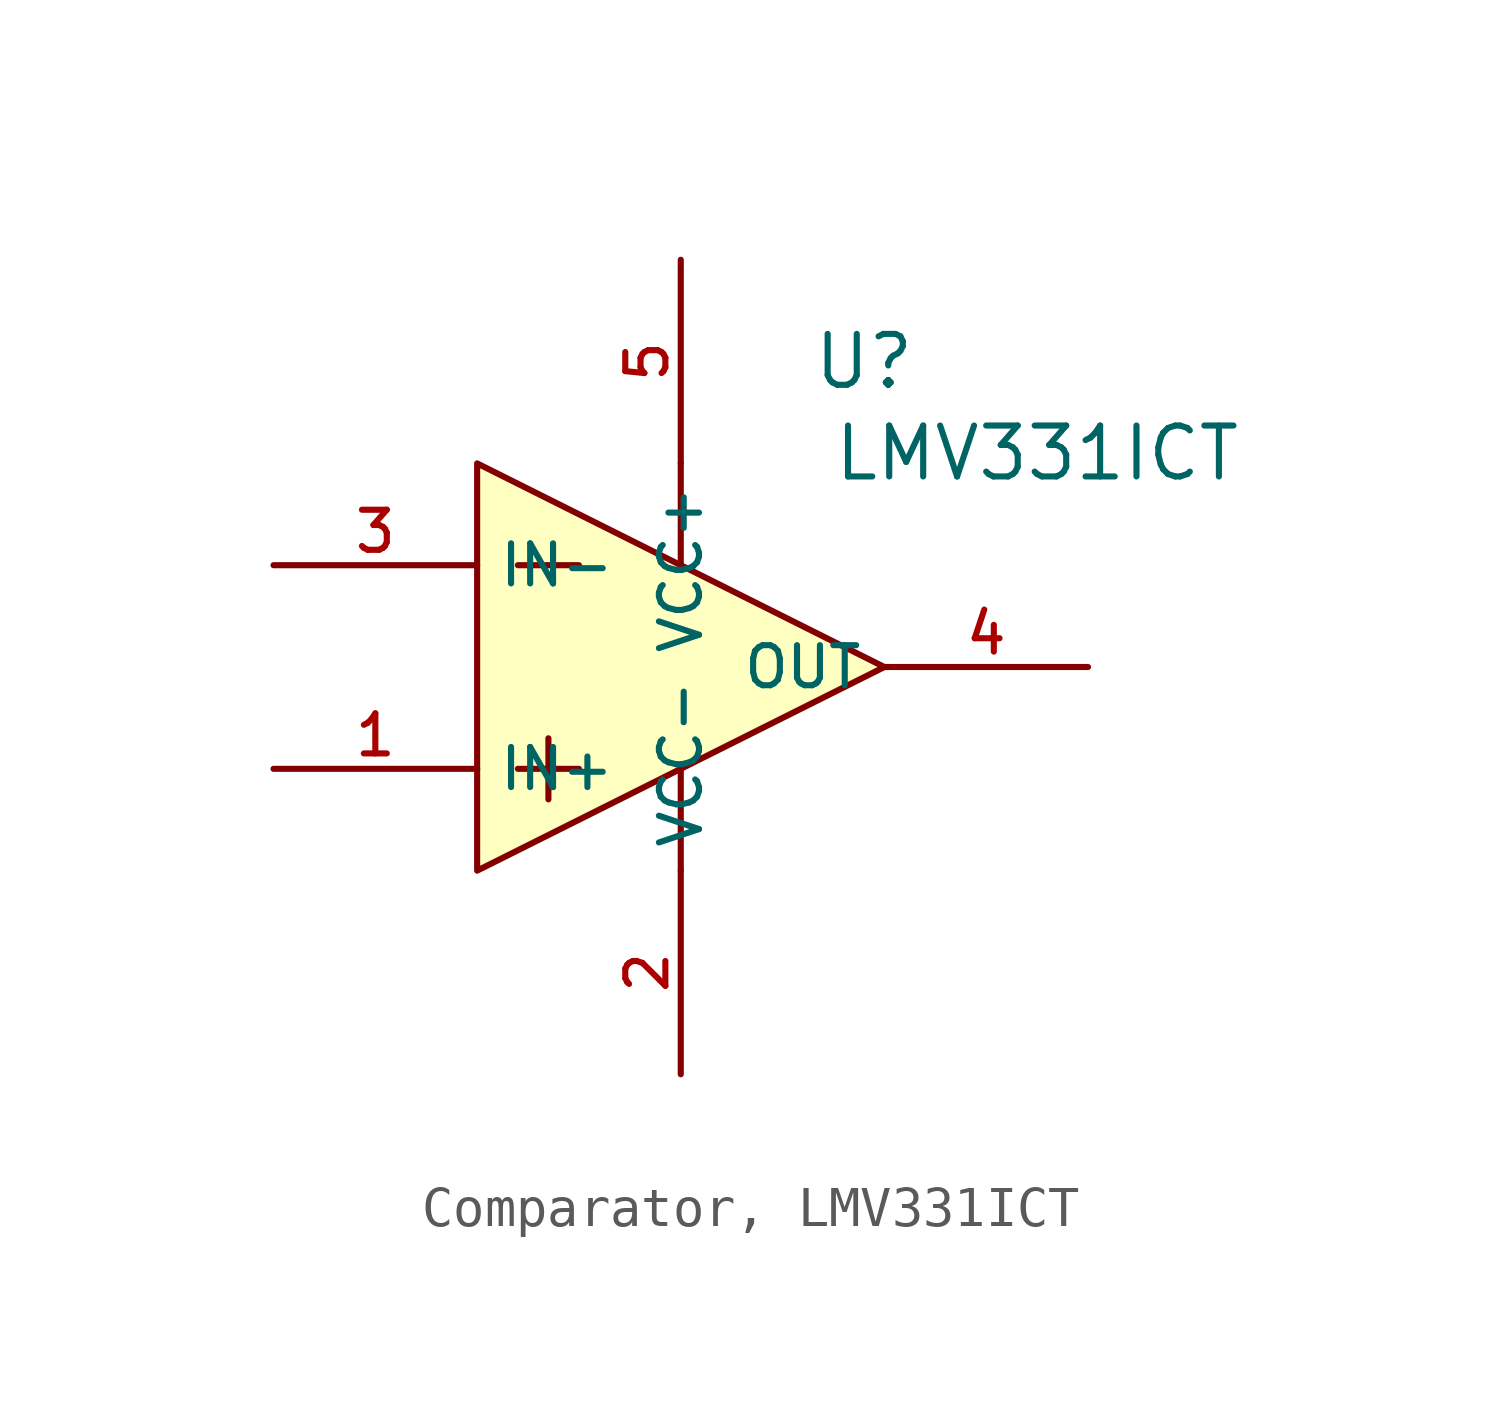
<source format=kicad_sym>
(kicad_symbol_lib
  (version 20231120)
  (generator "CDFER_Archive_Tool")
  (generator_version "0.0")
  (symbol "Comparator, LMV331ICT"
    (property "Reference" "U"
      (at 4.572 7.62 0)
      (effects (font (size 1.27 1.27))))
    (property "Value" "LMV331ICT"
      (at 8.89 5.334 0)
      (effects (font (size 1.27 1.27))))
    (symbol "Comparator, LMV331ICT_0_1"
      (polyline (pts (xy -4.064 -2.54) (xy -2.54 -2.54)) (stroke (width 0) (type default)) (fill (type none)))
      (polyline (pts (xy -4.064 2.54) (xy -2.54 2.54)) (stroke (width 0) (type default)) (fill (type none)))
      (polyline (pts (xy -3.302 -1.778) (xy -3.302 -3.302)) (stroke (width 0) (type default)) (fill (type none)))
      (polyline (pts (xy 0 -2.54) (xy 0 -5.08)) (stroke (width 0) (type default)) (fill (type none)))
      (polyline (pts (xy 0 5.08) (xy 0 2.54)) (stroke (width 0) (type default)) (fill (type none)))
      (pin unspecified line (at -10.16 -2.54 0) (length 5.08) (name "IN+" (effects (font (size 1 1)))) (number "1" (effects (font (size 1 1)))))
      (pin power_in line (at 0 -10.16 90) (length 5.08) (name "VCC-" (effects (font (size 1 1)))) (number "2" (effects (font (size 1 1)))))
      (pin unspecified line (at -10.16 2.54 0) (length 5.08) (name "IN-" (effects (font (size 1 1)))) (number "3" (effects (font (size 1 1)))))
      (pin output line (at 10.16 0 180) (length 5.08) (name "OUT" (effects (font (size 1 1)))) (number "4" (effects (font (size 1 1)))))
      (pin power_in line (at 0 10.16 270) (length 5.08) (name "VCC+" (effects (font (size 1 1)))) (number "5" (effects (font (size 1 1))))))
    (symbol "Comparator, LMV331ICT_1_1"
      (polyline (pts (xy -5.08 -5.08) (xy 5.08 0) (xy -5.08 5.08) (xy -5.08 -5.08)) (stroke (width 0) (type default)) (fill (type background))))))
</source>
